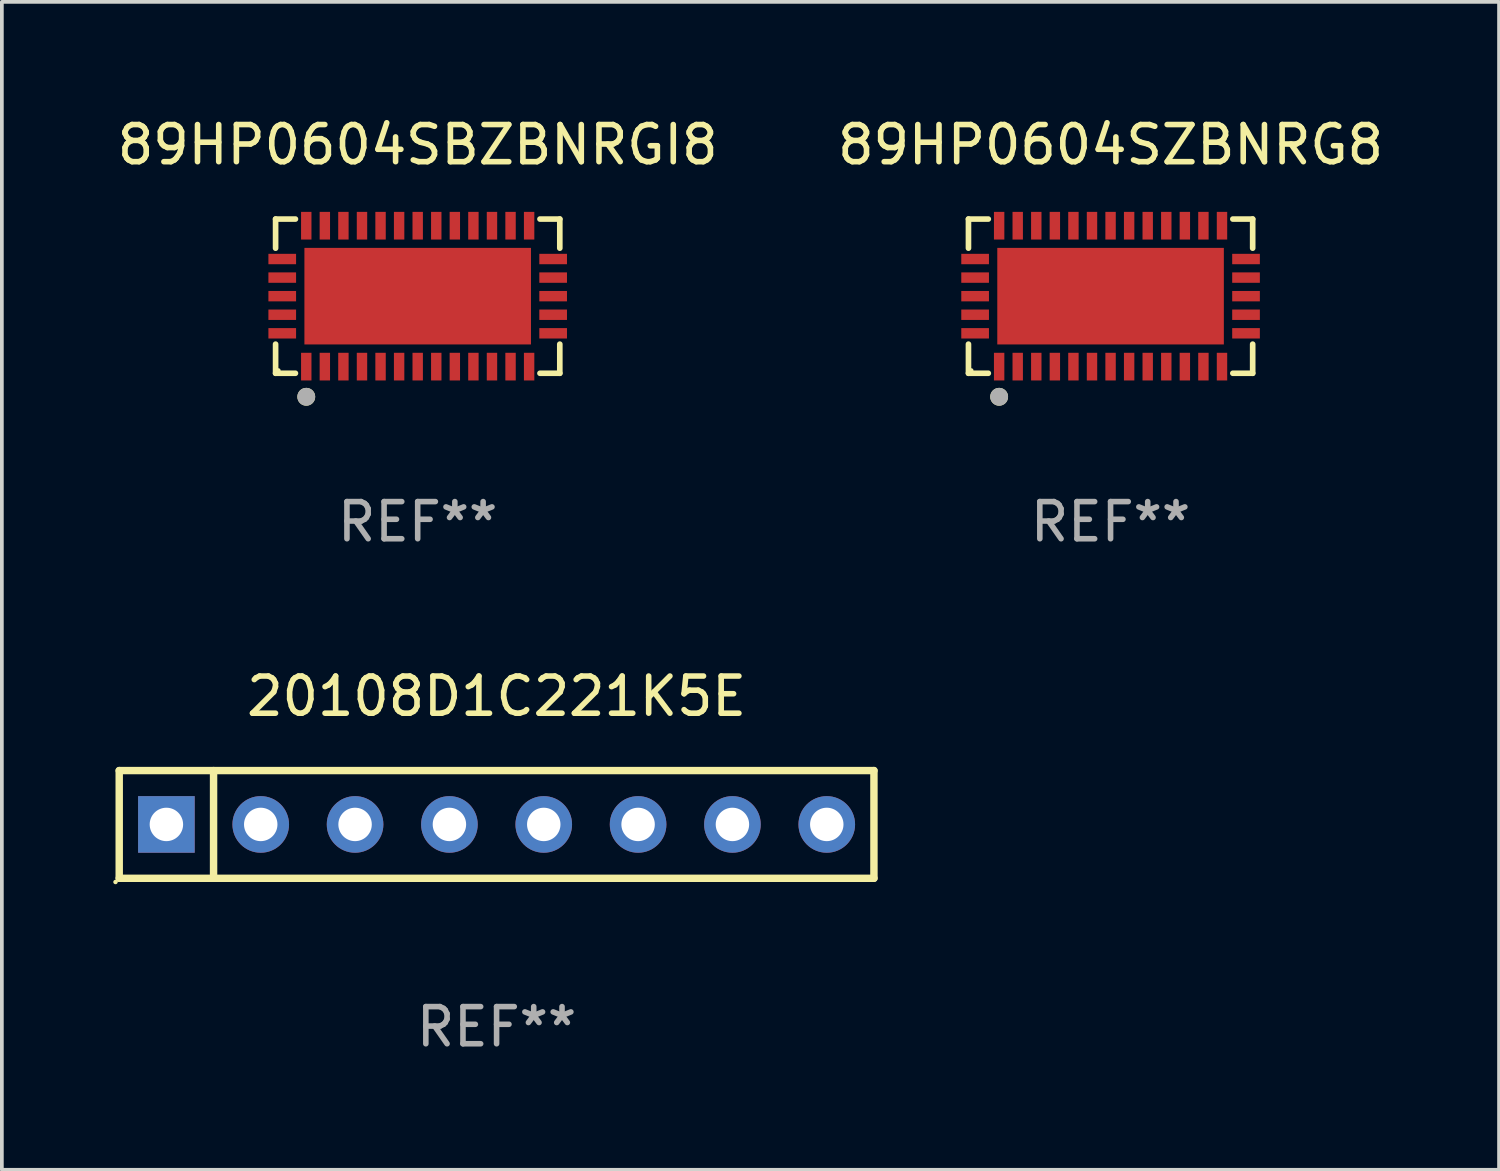
<source format=kicad_pcb>
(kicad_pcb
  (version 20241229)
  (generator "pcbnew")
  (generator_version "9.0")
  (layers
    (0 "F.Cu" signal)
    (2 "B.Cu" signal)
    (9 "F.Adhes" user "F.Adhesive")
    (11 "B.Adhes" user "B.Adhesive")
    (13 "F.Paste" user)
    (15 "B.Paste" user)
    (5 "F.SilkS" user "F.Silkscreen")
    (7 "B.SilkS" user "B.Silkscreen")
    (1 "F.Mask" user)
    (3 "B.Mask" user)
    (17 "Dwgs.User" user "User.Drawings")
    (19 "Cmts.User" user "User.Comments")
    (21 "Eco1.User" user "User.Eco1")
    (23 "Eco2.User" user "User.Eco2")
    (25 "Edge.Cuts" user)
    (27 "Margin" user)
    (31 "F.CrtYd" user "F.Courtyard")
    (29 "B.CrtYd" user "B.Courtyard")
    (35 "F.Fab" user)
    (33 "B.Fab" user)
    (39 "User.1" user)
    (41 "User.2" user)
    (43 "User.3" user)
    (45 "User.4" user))
  (footprint "89HP0604SZBNRG8"
    (layer "F.Cu")
    (at 26.851 4.924)
    (property "Reference" "89HP0604SZBNRG8" (at 0 -4.076 0) (layer "F.SilkS") (effects (font (size 1 1) (thickness 0.15))))
    (attr through_hole)
    (fp_line (start -3.826 -2.076) (end -3.826 -1.292) (stroke (width 0.152) (type solid)) (layer "F.SilkS"))
    (fp_line (start -3.826 2.076) (end -3.826 1.292) (stroke (width 0.152) (type solid)) (layer "F.SilkS"))
    (fp_line (start -3.292 -2.076) (end -3.826 -2.076) (stroke (width 0.152) (type solid)) (layer "F.SilkS"))
    (fp_line (start -3.292 2.076) (end -3.826 2.076) (stroke (width 0.152) (type solid)) (layer "F.SilkS"))
    (fp_line (start 3.292 -2.076) (end 3.826 -2.076) (stroke (width 0.152) (type solid)) (layer "F.SilkS"))
    (fp_line (start 3.292 2.076) (end 3.826 2.076) (stroke (width 0.152) (type solid)) (layer "F.SilkS"))
    (fp_line (start 3.826 -2.076) (end 3.826 -1.292) (stroke (width 0.152) (type solid)) (layer "F.SilkS"))
    (fp_line (start 3.826 2.076) (end 3.826 1.292) (stroke (width 0.152) (type solid)) (layer "F.SilkS"))
    (fp_circle (center -3.75 2) (end -3.72 2) (stroke (width 0.06) (type solid)) (fill no) (layer "F.SilkS"))
    (fp_circle (center -3 2.709) (end -2.88 2.709) (stroke (width 0.24) (type solid)) (fill no) (layer "F.SilkS"))
    (fp_circle (center -3 2.709) (end -2.88 2.709) (stroke (width 0.24) (type solid)) (fill no) (layer "F.Fab"))
    (fp_text user "REF**" (at 0 6.076 0) (layer "F.Fab") (effects (font (size 1 1) (thickness 0.15))))
    (pad "1" smd rect (at -3 1.897) (size 0.28 0.745) (layers "F.Cu" "F.Mask" "F.Paste"))
    (pad "2" smd rect (at -2.5 1.897) (size 0.28 0.745) (layers "F.Cu" "F.Mask" "F.Paste"))
    (pad "3" smd rect (at -2 1.897) (size 0.28 0.745) (layers "F.Cu" "F.Mask" "F.Paste"))
    (pad "4" smd rect (at -1.5 1.897) (size 0.28 0.745) (layers "F.Cu" "F.Mask" "F.Paste"))
    (pad "5" smd rect (at -1 1.897) (size 0.28 0.745) (layers "F.Cu" "F.Mask" "F.Paste"))
    (pad "6" smd rect (at -0.5 1.897) (size 0.28 0.745) (layers "F.Cu" "F.Mask" "F.Paste"))
    (pad "7" smd rect (at 0 1.897) (size 0.28 0.745) (layers "F.Cu" "F.Mask" "F.Paste"))
    (pad "8" smd rect (at 0.5 1.897) (size 0.28 0.745) (layers "F.Cu" "F.Mask" "F.Paste"))
    (pad "9" smd rect (at 1 1.897) (size 0.28 0.745) (layers "F.Cu" "F.Mask" "F.Paste"))
    (pad "10" smd rect (at 1.5 1.897) (size 0.28 0.745) (layers "F.Cu" "F.Mask" "F.Paste"))
    (pad "11" smd rect (at 2 1.897) (size 0.28 0.745) (layers "F.Cu" "F.Mask" "F.Paste"))
    (pad "12" smd rect (at 2.5 1.897) (size 0.28 0.745) (layers "F.Cu" "F.Mask" "F.Paste"))
    (pad "13" smd rect (at 3 1.897) (size 0.28 0.745) (layers "F.Cu" "F.Mask" "F.Paste"))
    (pad "14" smd rect (at 3.647 1) (size 0.745 0.28) (layers "F.Cu" "F.Mask" "F.Paste"))
    (pad "15" smd rect (at 3.647 0.5) (size 0.745 0.28) (layers "F.Cu" "F.Mask" "F.Paste"))
    (pad "16" smd rect (at 3.647 0) (size 0.745 0.28) (layers "F.Cu" "F.Mask" "F.Paste"))
    (pad "17" smd rect (at 3.647 -0.5) (size 0.745 0.28) (layers "F.Cu" "F.Mask" "F.Paste"))
    (pad "18" smd rect (at 3.647 -1) (size 0.745 0.28) (layers "F.Cu" "F.Mask" "F.Paste"))
    (pad "19" smd rect (at 3 -1.897) (size 0.28 0.745) (layers "F.Cu" "F.Mask" "F.Paste"))
    (pad "20" smd rect (at 2.5 -1.897) (size 0.28 0.745) (layers "F.Cu" "F.Mask" "F.Paste"))
    (pad "21" smd rect (at 2 -1.897) (size 0.28 0.745) (layers "F.Cu" "F.Mask" "F.Paste"))
    (pad "22" smd rect (at 1.5 -1.897) (size 0.28 0.745) (layers "F.Cu" "F.Mask" "F.Paste"))
    (pad "23" smd rect (at 1 -1.897) (size 0.28 0.745) (layers "F.Cu" "F.Mask" "F.Paste"))
    (pad "24" smd rect (at 0.5 -1.897) (size 0.28 0.745) (layers "F.Cu" "F.Mask" "F.Paste"))
    (pad "25" smd rect (at 0 -1.897) (size 0.28 0.745) (layers "F.Cu" "F.Mask" "F.Paste"))
    (pad "26" smd rect (at -0.5 -1.897) (size 0.28 0.745) (layers "F.Cu" "F.Mask" "F.Paste"))
    (pad "27" smd rect (at -1 -1.897) (size 0.28 0.745) (layers "F.Cu" "F.Mask" "F.Paste"))
    (pad "28" smd rect (at -1.5 -1.897) (size 0.28 0.745) (layers "F.Cu" "F.Mask" "F.Paste"))
    (pad "29" smd rect (at -2 -1.897) (size 0.28 0.745) (layers "F.Cu" "F.Mask" "F.Paste"))
    (pad "30" smd rect (at -2.5 -1.897) (size 0.28 0.745) (layers "F.Cu" "F.Mask" "F.Paste"))
    (pad "31" smd rect (at -3 -1.897) (size 0.28 0.745) (layers "F.Cu" "F.Mask" "F.Paste"))
    (pad "32" smd rect (at -3.647 -1) (size 0.745 0.28) (layers "F.Cu" "F.Mask" "F.Paste"))
    (pad "33" smd rect (at -3.647 -0.5) (size 0.745 0.28) (layers "F.Cu" "F.Mask" "F.Paste"))
    (pad "34" smd rect (at -3.647 0) (size 0.745 0.28) (layers "F.Cu" "F.Mask" "F.Paste"))
    (pad "35" smd rect (at -3.647 0.5) (size 0.745 0.28) (layers "F.Cu" "F.Mask" "F.Paste"))
    (pad "36" smd rect (at -3.647 1) (size 0.745 0.28) (layers "F.Cu" "F.Mask" "F.Paste"))
    (pad "37" smd rect (at 0 0) (size 6.1 2.6) (layers "F.Cu" "F.Mask" "F.Paste")))
  (footprint "89HP0604SBZBNRGI8"
    (layer "F.Cu")
    (at 8.196 4.924)
    (property "Reference" "89HP0604SBZBNRGI8" (at 0 -4.076 0) (layer "F.SilkS") (effects (font (size 1 1) (thickness 0.15))))
    (attr through_hole)
    (fp_line (start -3.826 -2.076) (end -3.826 -1.292) (stroke (width 0.152) (type solid)) (layer "F.SilkS"))
    (fp_line (start -3.826 2.076) (end -3.826 1.292) (stroke (width 0.152) (type solid)) (layer "F.SilkS"))
    (fp_line (start -3.292 -2.076) (end -3.826 -2.076) (stroke (width 0.152) (type solid)) (layer "F.SilkS"))
    (fp_line (start -3.292 2.076) (end -3.826 2.076) (stroke (width 0.152) (type solid)) (layer "F.SilkS"))
    (fp_line (start 3.292 -2.076) (end 3.826 -2.076) (stroke (width 0.152) (type solid)) (layer "F.SilkS"))
    (fp_line (start 3.292 2.076) (end 3.826 2.076) (stroke (width 0.152) (type solid)) (layer "F.SilkS"))
    (fp_line (start 3.826 -2.076) (end 3.826 -1.292) (stroke (width 0.152) (type solid)) (layer "F.SilkS"))
    (fp_line (start 3.826 2.076) (end 3.826 1.292) (stroke (width 0.152) (type solid)) (layer "F.SilkS"))
    (fp_circle (center -3.75 2) (end -3.72 2) (stroke (width 0.06) (type solid)) (fill no) (layer "F.SilkS"))
    (fp_circle (center -3 2.709) (end -2.88 2.709) (stroke (width 0.24) (type solid)) (fill no) (layer "F.SilkS"))
    (fp_circle (center -3 2.709) (end -2.88 2.709) (stroke (width 0.24) (type solid)) (fill no) (layer "F.Fab"))
    (fp_text user "REF**" (at 0 6.076 0) (layer "F.Fab") (effects (font (size 1 1) (thickness 0.15))))
    (pad "1" smd rect (at -3 1.897) (size 0.28 0.745) (layers "F.Cu" "F.Mask" "F.Paste"))
    (pad "2" smd rect (at -2.5 1.897) (size 0.28 0.745) (layers "F.Cu" "F.Mask" "F.Paste"))
    (pad "3" smd rect (at -2 1.897) (size 0.28 0.745) (layers "F.Cu" "F.Mask" "F.Paste"))
    (pad "4" smd rect (at -1.5 1.897) (size 0.28 0.745) (layers "F.Cu" "F.Mask" "F.Paste"))
    (pad "5" smd rect (at -1 1.897) (size 0.28 0.745) (layers "F.Cu" "F.Mask" "F.Paste"))
    (pad "6" smd rect (at -0.5 1.897) (size 0.28 0.745) (layers "F.Cu" "F.Mask" "F.Paste"))
    (pad "7" smd rect (at 0 1.897) (size 0.28 0.745) (layers "F.Cu" "F.Mask" "F.Paste"))
    (pad "8" smd rect (at 0.5 1.897) (size 0.28 0.745) (layers "F.Cu" "F.Mask" "F.Paste"))
    (pad "9" smd rect (at 1 1.897) (size 0.28 0.745) (layers "F.Cu" "F.Mask" "F.Paste"))
    (pad "10" smd rect (at 1.5 1.897) (size 0.28 0.745) (layers "F.Cu" "F.Mask" "F.Paste"))
    (pad "11" smd rect (at 2 1.897) (size 0.28 0.745) (layers "F.Cu" "F.Mask" "F.Paste"))
    (pad "12" smd rect (at 2.5 1.897) (size 0.28 0.745) (layers "F.Cu" "F.Mask" "F.Paste"))
    (pad "13" smd rect (at 3 1.897) (size 0.28 0.745) (layers "F.Cu" "F.Mask" "F.Paste"))
    (pad "14" smd rect (at 3.647 1) (size 0.745 0.28) (layers "F.Cu" "F.Mask" "F.Paste"))
    (pad "15" smd rect (at 3.647 0.5) (size 0.745 0.28) (layers "F.Cu" "F.Mask" "F.Paste"))
    (pad "16" smd rect (at 3.647 0) (size 0.745 0.28) (layers "F.Cu" "F.Mask" "F.Paste"))
    (pad "17" smd rect (at 3.647 -0.5) (size 0.745 0.28) (layers "F.Cu" "F.Mask" "F.Paste"))
    (pad "18" smd rect (at 3.647 -1) (size 0.745 0.28) (layers "F.Cu" "F.Mask" "F.Paste"))
    (pad "19" smd rect (at 3 -1.897) (size 0.28 0.745) (layers "F.Cu" "F.Mask" "F.Paste"))
    (pad "20" smd rect (at 2.5 -1.897) (size 0.28 0.745) (layers "F.Cu" "F.Mask" "F.Paste"))
    (pad "21" smd rect (at 2 -1.897) (size 0.28 0.745) (layers "F.Cu" "F.Mask" "F.Paste"))
    (pad "22" smd rect (at 1.5 -1.897) (size 0.28 0.745) (layers "F.Cu" "F.Mask" "F.Paste"))
    (pad "23" smd rect (at 1 -1.897) (size 0.28 0.745) (layers "F.Cu" "F.Mask" "F.Paste"))
    (pad "24" smd rect (at 0.5 -1.897) (size 0.28 0.745) (layers "F.Cu" "F.Mask" "F.Paste"))
    (pad "25" smd rect (at 0 -1.897) (size 0.28 0.745) (layers "F.Cu" "F.Mask" "F.Paste"))
    (pad "26" smd rect (at -0.5 -1.897) (size 0.28 0.745) (layers "F.Cu" "F.Mask" "F.Paste"))
    (pad "27" smd rect (at -1 -1.897) (size 0.28 0.745) (layers "F.Cu" "F.Mask" "F.Paste"))
    (pad "28" smd rect (at -1.5 -1.897) (size 0.28 0.745) (layers "F.Cu" "F.Mask" "F.Paste"))
    (pad "29" smd rect (at -2 -1.897) (size 0.28 0.745) (layers "F.Cu" "F.Mask" "F.Paste"))
    (pad "30" smd rect (at -2.5 -1.897) (size 0.28 0.745) (layers "F.Cu" "F.Mask" "F.Paste"))
    (pad "31" smd rect (at -3 -1.897) (size 0.28 0.745) (layers "F.Cu" "F.Mask" "F.Paste"))
    (pad "32" smd rect (at -3.647 -1) (size 0.745 0.28) (layers "F.Cu" "F.Mask" "F.Paste"))
    (pad "33" smd rect (at -3.647 -0.5) (size 0.745 0.28) (layers "F.Cu" "F.Mask" "F.Paste"))
    (pad "34" smd rect (at -3.647 0) (size 0.745 0.28) (layers "F.Cu" "F.Mask" "F.Paste"))
    (pad "35" smd rect (at -3.647 0.5) (size 0.745 0.28) (layers "F.Cu" "F.Mask" "F.Paste"))
    (pad "36" smd rect (at -3.647 1) (size 0.745 0.28) (layers "F.Cu" "F.Mask" "F.Paste"))
    (pad "37" smd rect (at 0 0) (size 6.1 2.6) (layers "F.Cu" "F.Mask" "F.Paste")))
  (footprint "20108D1C221K5E"
    (layer "F.Cu")
    (at 10.32 19.147)
    (property "Reference" "20108D1C221K5E" (at 0 -3.45 0) (layer "F.SilkS") (effects (font (size 1 1) (thickness 0.15))))
    (attr through_hole)
    (fp_line (start -10.16 -1.45) (end -10.16 1.45) (stroke (width 0.2) (type solid)) (layer "F.SilkS"))
    (fp_line (start -10.16 1.45) (end 10.16 1.45) (stroke (width 0.2) (type solid)) (layer "F.SilkS"))
    (fp_line (start -7.62 1.45) (end -7.62 -1.45) (stroke (width 0.2) (type solid)) (layer "F.SilkS"))
    (fp_line (start 10.16 -1.45) (end -10.16 -1.45) (stroke (width 0.2) (type solid)) (layer "F.SilkS"))
    (fp_line (start 10.16 1.45) (end 10.16 -1.45) (stroke (width 0.2) (type solid)) (layer "F.SilkS"))
    (fp_circle (center -10.26 1.55) (end -10.23 1.55) (stroke (width 0.06) (type solid)) (fill no) (layer "F.SilkS"))
    (fp_text user "REF**" (at 0 5.45 0) (layer "F.Fab") (effects (font (size 1 1) (thickness 0.15))))
    (pad "1" thru_hole rect (at -8.89 0) (size 1.524 1.524) (drill 0.9) (layers "*.Cu" "*.Mask"))
    (pad "2" thru_hole circle (at -6.35 0) (size 1.524 1.524) (drill 0.9) (layers "*.Cu" "*.Mask"))
    (pad "3" thru_hole circle (at -3.81 0) (size 1.524 1.524) (drill 0.9) (layers "*.Cu" "*.Mask"))
    (pad "4" thru_hole circle (at -1.27 0) (size 1.524 1.524) (drill 0.9) (layers "*.Cu" "*.Mask"))
    (pad "5" thru_hole circle (at 1.27 0) (size 1.524 1.524) (drill 0.9) (layers "*.Cu" "*.Mask"))
    (pad "6" thru_hole circle (at 3.81 0) (size 1.524 1.524) (drill 0.9) (layers "*.Cu" "*.Mask"))
    (pad "7" thru_hole circle (at 6.35 0) (size 1.524 1.524) (drill 0.9) (layers "*.Cu" "*.Mask"))
    (pad "8" thru_hole circle (at 8.89 0) (size 1.524 1.524) (drill 0.9) (layers "*.Cu" "*.Mask")))
  (gr_rect
    (start -3 -3)
    (end 37.31 28.445)
    (stroke (width 0.1) (type default))
    (fill no)
    (layer "Edge.Cuts")))
</source>
